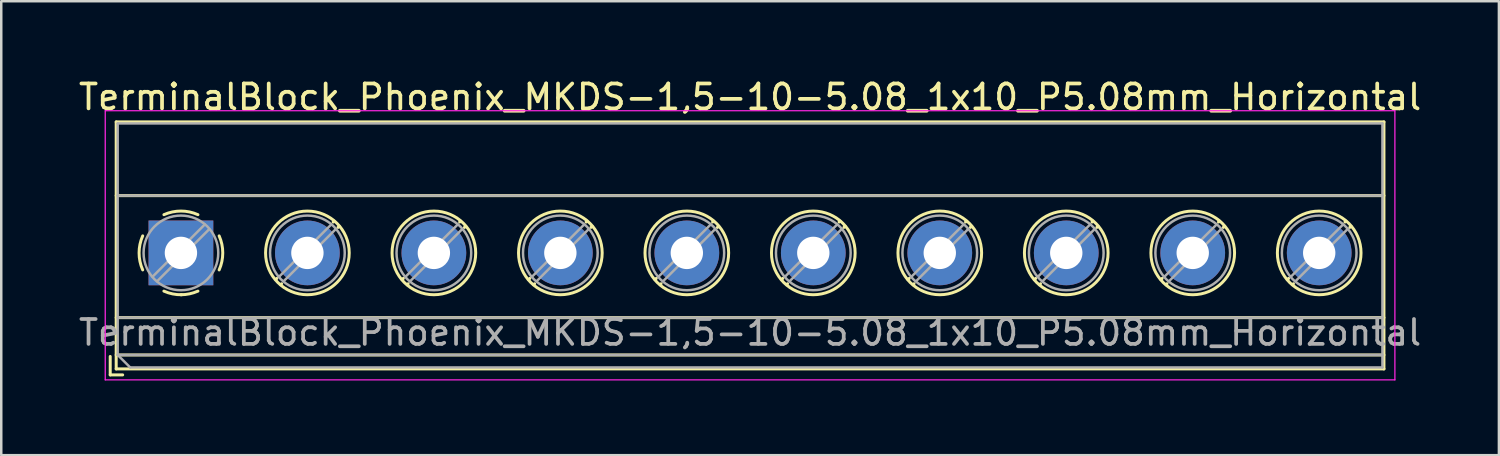
<source format=kicad_pcb>
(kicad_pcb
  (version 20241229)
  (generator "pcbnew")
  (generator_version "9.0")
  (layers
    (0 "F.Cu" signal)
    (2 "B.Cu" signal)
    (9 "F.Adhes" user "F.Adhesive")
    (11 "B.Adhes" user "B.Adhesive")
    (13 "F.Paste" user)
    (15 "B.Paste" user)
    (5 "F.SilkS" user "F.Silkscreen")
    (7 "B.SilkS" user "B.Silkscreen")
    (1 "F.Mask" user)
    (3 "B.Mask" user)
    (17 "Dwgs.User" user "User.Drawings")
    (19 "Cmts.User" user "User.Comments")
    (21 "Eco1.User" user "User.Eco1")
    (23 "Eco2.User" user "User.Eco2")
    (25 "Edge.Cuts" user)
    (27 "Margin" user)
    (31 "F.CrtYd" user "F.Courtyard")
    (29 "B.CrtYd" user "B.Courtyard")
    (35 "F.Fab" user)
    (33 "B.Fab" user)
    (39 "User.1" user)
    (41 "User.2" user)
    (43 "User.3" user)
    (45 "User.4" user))
  (footprint "TerminalBlock_Phoenix_MKDS-1,5-10-5.08_1x10_P5.08mm_Horizontal"
    (layer "F.Cu")
    (at 4.217 7.108)
    (property "Reference" "TerminalBlock_Phoenix_MKDS-1,5-10-5.08_1x10_P5.08mm_Horizontal" (at 22.86 -6.26 0) (layer "F.SilkS") (effects (font (size 1 1) (thickness 0.15))))
    (attr through_hole)
    (fp_line (start -2.84 4.16) (end -2.84 4.9) (stroke (width 0.12) (type solid)) (layer "F.SilkS"))
    (fp_line (start -2.84 4.9) (end -2.34 4.9) (stroke (width 0.12) (type solid)) (layer "F.SilkS"))
    (fp_line (start -2.6 -5.261) (end -2.6 4.66) (stroke (width 0.12) (type solid)) (layer "F.SilkS"))
    (fp_line (start -2.6 -5.261) (end 48.32 -5.261) (stroke (width 0.12) (type solid)) (layer "F.SilkS"))
    (fp_line (start -2.6 -2.301) (end 48.32 -2.301) (stroke (width 0.12) (type solid)) (layer "F.SilkS"))
    (fp_line (start -2.6 2.6) (end 48.32 2.6) (stroke (width 0.12) (type solid)) (layer "F.SilkS"))
    (fp_line (start -2.6 4.1) (end 48.32 4.1) (stroke (width 0.12) (type solid)) (layer "F.SilkS"))
    (fp_line (start -2.6 4.66) (end 48.32 4.66) (stroke (width 0.12) (type solid)) (layer "F.SilkS"))
    (fp_line (start 3.853 1.023) (end 3.806 1.069) (stroke (width 0.12) (type solid)) (layer "F.SilkS"))
    (fp_line (start 4.046 1.239) (end 4.011 1.274) (stroke (width 0.12) (type solid)) (layer "F.SilkS"))
    (fp_line (start 6.15 -1.275) (end 6.115 -1.239) (stroke (width 0.12) (type solid)) (layer "F.SilkS"))
    (fp_line (start 6.355 -1.069) (end 6.308 -1.023) (stroke (width 0.12) (type solid)) (layer "F.SilkS"))
    (fp_line (start 8.933 1.023) (end 8.886 1.069) (stroke (width 0.12) (type solid)) (layer "F.SilkS"))
    (fp_line (start 9.126 1.239) (end 9.091 1.274) (stroke (width 0.12) (type solid)) (layer "F.SilkS"))
    (fp_line (start 11.23 -1.275) (end 11.195 -1.239) (stroke (width 0.12) (type solid)) (layer "F.SilkS"))
    (fp_line (start 11.435 -1.069) (end 11.388 -1.023) (stroke (width 0.12) (type solid)) (layer "F.SilkS"))
    (fp_line (start 14.013 1.023) (end 13.966 1.069) (stroke (width 0.12) (type solid)) (layer "F.SilkS"))
    (fp_line (start 14.206 1.239) (end 14.171 1.274) (stroke (width 0.12) (type solid)) (layer "F.SilkS"))
    (fp_line (start 16.31 -1.275) (end 16.275 -1.239) (stroke (width 0.12) (type solid)) (layer "F.SilkS"))
    (fp_line (start 16.515 -1.069) (end 16.468 -1.023) (stroke (width 0.12) (type solid)) (layer "F.SilkS"))
    (fp_line (start 19.093 1.023) (end 19.046 1.069) (stroke (width 0.12) (type solid)) (layer "F.SilkS"))
    (fp_line (start 19.286 1.239) (end 19.251 1.274) (stroke (width 0.12) (type solid)) (layer "F.SilkS"))
    (fp_line (start 21.39 -1.275) (end 21.355 -1.239) (stroke (width 0.12) (type solid)) (layer "F.SilkS"))
    (fp_line (start 21.595 -1.069) (end 21.548 -1.023) (stroke (width 0.12) (type solid)) (layer "F.SilkS"))
    (fp_line (start 24.173 1.023) (end 24.126 1.069) (stroke (width 0.12) (type solid)) (layer "F.SilkS"))
    (fp_line (start 24.366 1.239) (end 24.331 1.274) (stroke (width 0.12) (type solid)) (layer "F.SilkS"))
    (fp_line (start 26.47 -1.275) (end 26.435 -1.239) (stroke (width 0.12) (type solid)) (layer "F.SilkS"))
    (fp_line (start 26.675 -1.069) (end 26.628 -1.023) (stroke (width 0.12) (type solid)) (layer "F.SilkS"))
    (fp_line (start 29.253 1.023) (end 29.206 1.069) (stroke (width 0.12) (type solid)) (layer "F.SilkS"))
    (fp_line (start 29.446 1.239) (end 29.411 1.274) (stroke (width 0.12) (type solid)) (layer "F.SilkS"))
    (fp_line (start 31.55 -1.275) (end 31.515 -1.239) (stroke (width 0.12) (type solid)) (layer "F.SilkS"))
    (fp_line (start 31.755 -1.069) (end 31.708 -1.023) (stroke (width 0.12) (type solid)) (layer "F.SilkS"))
    (fp_line (start 34.333 1.023) (end 34.286 1.069) (stroke (width 0.12) (type solid)) (layer "F.SilkS"))
    (fp_line (start 34.526 1.239) (end 34.491 1.274) (stroke (width 0.12) (type solid)) (layer "F.SilkS"))
    (fp_line (start 36.63 -1.275) (end 36.595 -1.239) (stroke (width 0.12) (type solid)) (layer "F.SilkS"))
    (fp_line (start 36.835 -1.069) (end 36.788 -1.023) (stroke (width 0.12) (type solid)) (layer "F.SilkS"))
    (fp_line (start 39.413 1.023) (end 39.366 1.069) (stroke (width 0.12) (type solid)) (layer "F.SilkS"))
    (fp_line (start 39.606 1.239) (end 39.571 1.274) (stroke (width 0.12) (type solid)) (layer "F.SilkS"))
    (fp_line (start 41.71 -1.275) (end 41.675 -1.239) (stroke (width 0.12) (type solid)) (layer "F.SilkS"))
    (fp_line (start 41.915 -1.069) (end 41.868 -1.023) (stroke (width 0.12) (type solid)) (layer "F.SilkS"))
    (fp_line (start 44.493 1.023) (end 44.446 1.069) (stroke (width 0.12) (type solid)) (layer "F.SilkS"))
    (fp_line (start 44.686 1.239) (end 44.651 1.274) (stroke (width 0.12) (type solid)) (layer "F.SilkS"))
    (fp_line (start 46.79 -1.275) (end 46.755 -1.239) (stroke (width 0.12) (type solid)) (layer "F.SilkS"))
    (fp_line (start 46.995 -1.069) (end 46.948 -1.023) (stroke (width 0.12) (type solid)) (layer "F.SilkS"))
    (fp_line (start 48.32 -5.261) (end 48.32 4.66) (stroke (width 0.12) (type solid)) (layer "F.SilkS"))
    (fp_arc (start -1.535427 0.683042) (mid -1.680501 -0.000524) (end -1.535 -0.684) (stroke (width 0.12) (type solid)) (layer "F.SilkS"))
    (fp_arc (start -0.683042 -1.535427) (mid 0.000524 -1.680501) (end 0.684 -1.535) (stroke (width 0.12) (type solid)) (layer "F.SilkS"))
    (fp_arc (start 0.028805 1.680253) (mid -0.335551 1.646659) (end -0.684 1.535) (stroke (width 0.12) (type solid)) (layer "F.SilkS"))
    (fp_arc (start 0.683318 1.534756) (mid 0.349292 1.643288) (end 0 1.68) (stroke (width 0.12) (type solid)) (layer "F.SilkS"))
    (fp_arc (start 1.535427 -0.683042) (mid 1.680501 0.000524) (end 1.535 0.684) (stroke (width 0.12) (type solid)) (layer "F.SilkS"))
    (fp_circle (center 5.08 0) (end 6.76 0) (stroke (width 0.12) (type solid)) (fill no) (layer "F.SilkS"))
    (fp_circle (center 10.16 0) (end 11.84 0) (stroke (width 0.12) (type solid)) (fill no) (layer "F.SilkS"))
    (fp_circle (center 15.24 0) (end 16.92 0) (stroke (width 0.12) (type solid)) (fill no) (layer "F.SilkS"))
    (fp_circle (center 20.32 0) (end 22 0) (stroke (width 0.12) (type solid)) (fill no) (layer "F.SilkS"))
    (fp_circle (center 25.4 0) (end 27.08 0) (stroke (width 0.12) (type solid)) (fill no) (layer "F.SilkS"))
    (fp_circle (center 30.48 0) (end 32.16 0) (stroke (width 0.12) (type solid)) (fill no) (layer "F.SilkS"))
    (fp_circle (center 35.56 0) (end 37.24 0) (stroke (width 0.12) (type solid)) (fill no) (layer "F.SilkS"))
    (fp_circle (center 40.64 0) (end 42.32 0) (stroke (width 0.12) (type solid)) (fill no) (layer "F.SilkS"))
    (fp_circle (center 45.72 0) (end 47.4 0) (stroke (width 0.12) (type solid)) (fill no) (layer "F.SilkS"))
    (fp_line (start -3.04 -5.71) (end -3.04 5.1) (stroke (width 0.05) (type solid)) (layer "F.CrtYd"))
    (fp_line (start -3.04 5.1) (end 48.76 5.1) (stroke (width 0.05) (type solid)) (layer "F.CrtYd"))
    (fp_line (start 48.76 -5.71) (end -3.04 -5.71) (stroke (width 0.05) (type solid)) (layer "F.CrtYd"))
    (fp_line (start 48.76 5.1) (end 48.76 -5.71) (stroke (width 0.05) (type solid)) (layer "F.CrtYd"))
    (fp_line (start -2.54 -5.2) (end 48.26 -5.2) (stroke (width 0.1) (type solid)) (layer "F.Fab"))
    (fp_line (start -2.54 -2.3) (end 48.26 -2.3) (stroke (width 0.1) (type solid)) (layer "F.Fab"))
    (fp_line (start -2.54 2.6) (end 48.26 2.6) (stroke (width 0.1) (type solid)) (layer "F.Fab"))
    (fp_line (start -2.54 4.1) (end -2.54 -5.2) (stroke (width 0.1) (type solid)) (layer "F.Fab"))
    (fp_line (start -2.54 4.1) (end 48.26 4.1) (stroke (width 0.1) (type solid)) (layer "F.Fab"))
    (fp_line (start -2.04 4.6) (end -2.54 4.1) (stroke (width 0.1) (type solid)) (layer "F.Fab"))
    (fp_line (start 0.955 -1.138) (end -1.138 0.955) (stroke (width 0.1) (type solid)) (layer "F.Fab"))
    (fp_line (start 1.138 -0.955) (end -0.955 1.138) (stroke (width 0.1) (type solid)) (layer "F.Fab"))
    (fp_line (start 6.035 -1.138) (end 3.943 0.955) (stroke (width 0.1) (type solid)) (layer "F.Fab"))
    (fp_line (start 6.218 -0.955) (end 4.126 1.138) (stroke (width 0.1) (type solid)) (layer "F.Fab"))
    (fp_line (start 11.115 -1.138) (end 9.023 0.955) (stroke (width 0.1) (type solid)) (layer "F.Fab"))
    (fp_line (start 11.298 -0.955) (end 9.206 1.138) (stroke (width 0.1) (type solid)) (layer "F.Fab"))
    (fp_line (start 16.195 -1.138) (end 14.103 0.955) (stroke (width 0.1) (type solid)) (layer "F.Fab"))
    (fp_line (start 16.378 -0.955) (end 14.286 1.138) (stroke (width 0.1) (type solid)) (layer "F.Fab"))
    (fp_line (start 21.275 -1.138) (end 19.183 0.955) (stroke (width 0.1) (type solid)) (layer "F.Fab"))
    (fp_line (start 21.458 -0.955) (end 19.366 1.138) (stroke (width 0.1) (type solid)) (layer "F.Fab"))
    (fp_line (start 26.355 -1.138) (end 24.263 0.955) (stroke (width 0.1) (type solid)) (layer "F.Fab"))
    (fp_line (start 26.538 -0.955) (end 24.446 1.138) (stroke (width 0.1) (type solid)) (layer "F.Fab"))
    (fp_line (start 31.435 -1.138) (end 29.343 0.955) (stroke (width 0.1) (type solid)) (layer "F.Fab"))
    (fp_line (start 31.618 -0.955) (end 29.526 1.138) (stroke (width 0.1) (type solid)) (layer "F.Fab"))
    (fp_line (start 36.515 -1.138) (end 34.423 0.955) (stroke (width 0.1) (type solid)) (layer "F.Fab"))
    (fp_line (start 36.698 -0.955) (end 34.606 1.138) (stroke (width 0.1) (type solid)) (layer "F.Fab"))
    (fp_line (start 41.595 -1.138) (end 39.503 0.955) (stroke (width 0.1) (type solid)) (layer "F.Fab"))
    (fp_line (start 41.778 -0.955) (end 39.686 1.138) (stroke (width 0.1) (type solid)) (layer "F.Fab"))
    (fp_line (start 46.675 -1.138) (end 44.583 0.955) (stroke (width 0.1) (type solid)) (layer "F.Fab"))
    (fp_line (start 46.858 -0.955) (end 44.766 1.138) (stroke (width 0.1) (type solid)) (layer "F.Fab"))
    (fp_line (start 48.26 -5.2) (end 48.26 4.6) (stroke (width 0.1) (type solid)) (layer "F.Fab"))
    (fp_line (start 48.26 4.6) (end -2.04 4.6) (stroke (width 0.1) (type solid)) (layer "F.Fab"))
    (fp_circle (center 0 0) (end 1.5 0) (stroke (width 0.1) (type solid)) (fill no) (layer "F.Fab"))
    (fp_circle (center 5.08 0) (end 6.58 0) (stroke (width 0.1) (type solid)) (fill no) (layer "F.Fab"))
    (fp_circle (center 10.16 0) (end 11.66 0) (stroke (width 0.1) (type solid)) (fill no) (layer "F.Fab"))
    (fp_circle (center 15.24 0) (end 16.74 0) (stroke (width 0.1) (type solid)) (fill no) (layer "F.Fab"))
    (fp_circle (center 20.32 0) (end 21.82 0) (stroke (width 0.1) (type solid)) (fill no) (layer "F.Fab"))
    (fp_circle (center 25.4 0) (end 26.9 0) (stroke (width 0.1) (type solid)) (fill no) (layer "F.Fab"))
    (fp_circle (center 30.48 0) (end 31.98 0) (stroke (width 0.1) (type solid)) (fill no) (layer "F.Fab"))
    (fp_circle (center 35.56 0) (end 37.06 0) (stroke (width 0.1) (type solid)) (fill no) (layer "F.Fab"))
    (fp_circle (center 40.64 0) (end 42.14 0) (stroke (width 0.1) (type solid)) (fill no) (layer "F.Fab"))
    (fp_circle (center 45.72 0) (end 47.22 0) (stroke (width 0.1) (type solid)) (fill no) (layer "F.Fab"))
    (fp_text user "${REFERENCE}" (at 22.86 3.2 0) (layer "F.Fab") (effects (font (size 1 1) (thickness 0.15))))
    (pad "1" thru_hole rect (at 0 0) (size 2.6 2.6) (drill 1.3) (layers "*.Cu" "*.Mask"))
    (pad "2" thru_hole circle (at 5.08 0) (size 2.6 2.6) (drill 1.3) (layers "*.Cu" "*.Mask"))
    (pad "3" thru_hole circle (at 10.16 0) (size 2.6 2.6) (drill 1.3) (layers "*.Cu" "*.Mask"))
    (pad "4" thru_hole circle (at 15.24 0) (size 2.6 2.6) (drill 1.3) (layers "*.Cu" "*.Mask"))
    (pad "5" thru_hole circle (at 20.32 0) (size 2.6 2.6) (drill 1.3) (layers "*.Cu" "*.Mask"))
    (pad "6" thru_hole circle (at 25.4 0) (size 2.6 2.6) (drill 1.3) (layers "*.Cu" "*.Mask"))
    (pad "7" thru_hole circle (at 30.48 0) (size 2.6 2.6) (drill 1.3) (layers "*.Cu" "*.Mask"))
    (pad "8" thru_hole circle (at 35.56 0) (size 2.6 2.6) (drill 1.3) (layers "*.Cu" "*.Mask"))
    (pad "9" thru_hole circle (at 40.64 0) (size 2.6 2.6) (drill 1.3) (layers "*.Cu" "*.Mask"))
    (pad "10" thru_hole circle (at 45.72 0) (size 2.6 2.6) (drill 1.3) (layers "*.Cu" "*.Mask")))
  (gr_rect
    (start -3 -3)
    (end 57.155 15.233)
    (stroke (width 0.1) (type default))
    (fill no)
    (layer "Edge.Cuts")))
</source>
